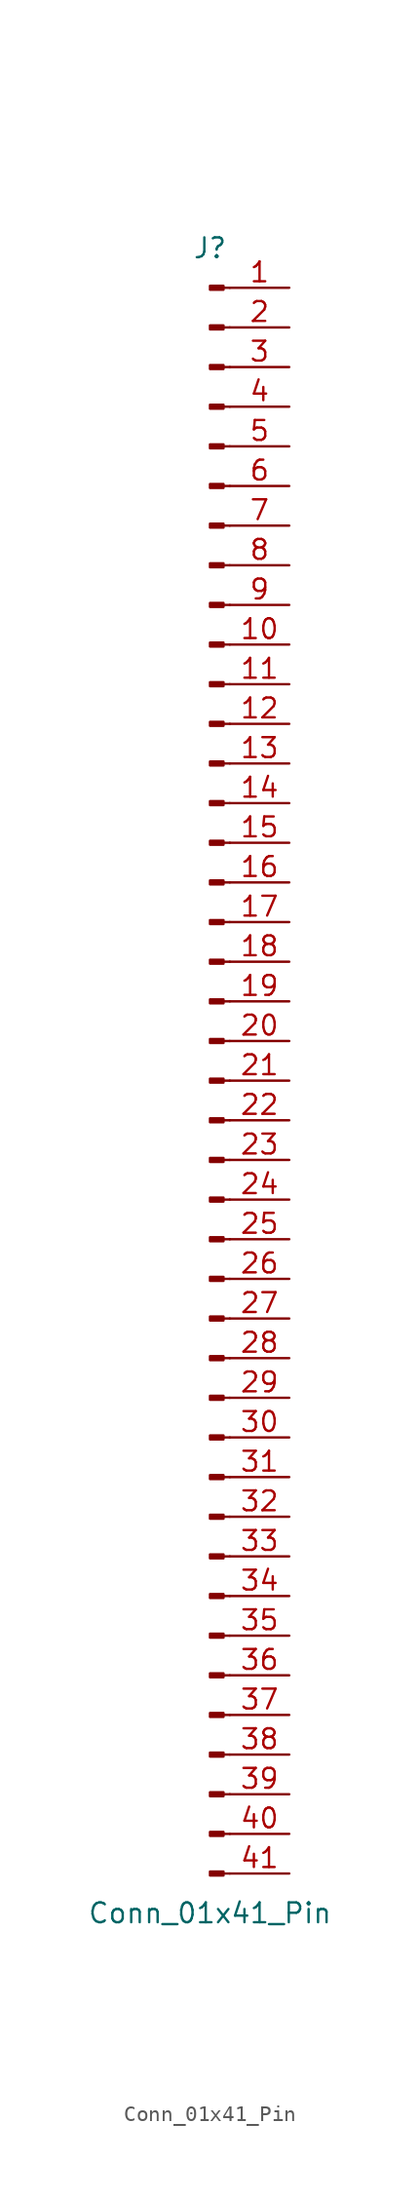
<source format=kicad_sym>
(kicad_symbol_lib
  (version 20241209)
  (generator "kicad_symbol_editor")
  (generator_version "9.0")
  (symbol "Conn_01x41_Pin"
    (pin_names
      (offset 1.016)
      (hide yes))
    (property "Reference" "J"
      (at 0 53.34 0)
      (effects (font (size 1.27 1.27))))
    (property "Value" "Conn_01x41_Pin"
      (at 0 -53.34 0)
      (effects (font (size 1.27 1.27))))
    (property "ki_locked" ""
      (at 0 0 0)
      (effects (font (size 1.27 1.27))))
    (symbol "Conn_01x41_Pin_1_1"
      (rectangle (start 0.864 50.927) (end 0 50.673) (stroke (width 0.152) (type default)) (fill (type outline)))
      (rectangle (start 0.864 48.387) (end 0 48.133) (stroke (width 0.152) (type default)) (fill (type outline)))
      (rectangle (start 0.864 45.847) (end 0 45.593) (stroke (width 0.152) (type default)) (fill (type outline)))
      (rectangle (start 0.864 43.307) (end 0 43.053) (stroke (width 0.152) (type default)) (fill (type outline)))
      (rectangle (start 0.864 40.767) (end 0 40.513) (stroke (width 0.152) (type default)) (fill (type outline)))
      (rectangle (start 0.864 38.227) (end 0 37.973) (stroke (width 0.152) (type default)) (fill (type outline)))
      (rectangle (start 0.864 35.687) (end 0 35.433) (stroke (width 0.152) (type default)) (fill (type outline)))
      (rectangle (start 0.864 33.147) (end 0 32.893) (stroke (width 0.152) (type default)) (fill (type outline)))
      (rectangle (start 0.864 30.607) (end 0 30.353) (stroke (width 0.152) (type default)) (fill (type outline)))
      (rectangle (start 0.864 28.067) (end 0 27.813) (stroke (width 0.152) (type default)) (fill (type outline)))
      (rectangle (start 0.864 25.527) (end 0 25.273) (stroke (width 0.152) (type default)) (fill (type outline)))
      (rectangle (start 0.864 22.987) (end 0 22.733) (stroke (width 0.152) (type default)) (fill (type outline)))
      (rectangle (start 0.864 20.447) (end 0 20.193) (stroke (width 0.152) (type default)) (fill (type outline)))
      (rectangle (start 0.864 17.907) (end 0 17.653) (stroke (width 0.152) (type default)) (fill (type outline)))
      (rectangle (start 0.864 15.367) (end 0 15.113) (stroke (width 0.152) (type default)) (fill (type outline)))
      (rectangle (start 0.864 12.827) (end 0 12.573) (stroke (width 0.152) (type default)) (fill (type outline)))
      (rectangle (start 0.864 10.287) (end 0 10.033) (stroke (width 0.152) (type default)) (fill (type outline)))
      (rectangle (start 0.864 7.747) (end 0 7.493) (stroke (width 0.152) (type default)) (fill (type outline)))
      (rectangle (start 0.864 5.207) (end 0 4.953) (stroke (width 0.152) (type default)) (fill (type outline)))
      (rectangle (start 0.864 2.667) (end 0 2.413) (stroke (width 0.152) (type default)) (fill (type outline)))
      (rectangle (start 0.864 0.127) (end 0 -0.127) (stroke (width 0.152) (type default)) (fill (type outline)))
      (rectangle (start 0.864 -2.413) (end 0 -2.667) (stroke (width 0.152) (type default)) (fill (type outline)))
      (rectangle (start 0.864 -4.953) (end 0 -5.207) (stroke (width 0.152) (type default)) (fill (type outline)))
      (rectangle (start 0.864 -7.493) (end 0 -7.747) (stroke (width 0.152) (type default)) (fill (type outline)))
      (rectangle (start 0.864 -10.033) (end 0 -10.287) (stroke (width 0.152) (type default)) (fill (type outline)))
      (rectangle (start 0.864 -12.573) (end 0 -12.827) (stroke (width 0.152) (type default)) (fill (type outline)))
      (rectangle (start 0.864 -15.113) (end 0 -15.367) (stroke (width 0.152) (type default)) (fill (type outline)))
      (rectangle (start 0.864 -17.653) (end 0 -17.907) (stroke (width 0.152) (type default)) (fill (type outline)))
      (rectangle (start 0.864 -20.193) (end 0 -20.447) (stroke (width 0.152) (type default)) (fill (type outline)))
      (rectangle (start 0.864 -22.733) (end 0 -22.987) (stroke (width 0.152) (type default)) (fill (type outline)))
      (rectangle (start 0.864 -25.273) (end 0 -25.527) (stroke (width 0.152) (type default)) (fill (type outline)))
      (rectangle (start 0.864 -27.813) (end 0 -28.067) (stroke (width 0.152) (type default)) (fill (type outline)))
      (rectangle (start 0.864 -30.353) (end 0 -30.607) (stroke (width 0.152) (type default)) (fill (type outline)))
      (rectangle (start 0.864 -32.893) (end 0 -33.147) (stroke (width 0.152) (type default)) (fill (type outline)))
      (rectangle (start 0.864 -35.433) (end 0 -35.687) (stroke (width 0.152) (type default)) (fill (type outline)))
      (rectangle (start 0.864 -37.973) (end 0 -38.227) (stroke (width 0.152) (type default)) (fill (type outline)))
      (rectangle (start 0.864 -40.513) (end 0 -40.767) (stroke (width 0.152) (type default)) (fill (type outline)))
      (rectangle (start 0.864 -43.053) (end 0 -43.307) (stroke (width 0.152) (type default)) (fill (type outline)))
      (rectangle (start 0.864 -45.593) (end 0 -45.847) (stroke (width 0.152) (type default)) (fill (type outline)))
      (rectangle (start 0.864 -48.133) (end 0 -48.387) (stroke (width 0.152) (type default)) (fill (type outline)))
      (rectangle (start 0.864 -50.673) (end 0 -50.927) (stroke (width 0.152) (type default)) (fill (type outline)))
      (polyline (pts (xy 1.27 50.8) (xy 0.864 50.8)) (stroke (width 0.152) (type default)) (fill (type none)))
      (polyline (pts (xy 1.27 48.26) (xy 0.864 48.26)) (stroke (width 0.152) (type default)) (fill (type none)))
      (polyline (pts (xy 1.27 45.72) (xy 0.864 45.72)) (stroke (width 0.152) (type default)) (fill (type none)))
      (polyline (pts (xy 1.27 43.18) (xy 0.864 43.18)) (stroke (width 0.152) (type default)) (fill (type none)))
      (polyline (pts (xy 1.27 40.64) (xy 0.864 40.64)) (stroke (width 0.152) (type default)) (fill (type none)))
      (polyline (pts (xy 1.27 38.1) (xy 0.864 38.1)) (stroke (width 0.152) (type default)) (fill (type none)))
      (polyline (pts (xy 1.27 35.56) (xy 0.864 35.56)) (stroke (width 0.152) (type default)) (fill (type none)))
      (polyline (pts (xy 1.27 33.02) (xy 0.864 33.02)) (stroke (width 0.152) (type default)) (fill (type none)))
      (polyline (pts (xy 1.27 30.48) (xy 0.864 30.48)) (stroke (width 0.152) (type default)) (fill (type none)))
      (polyline (pts (xy 1.27 27.94) (xy 0.864 27.94)) (stroke (width 0.152) (type default)) (fill (type none)))
      (polyline (pts (xy 1.27 25.4) (xy 0.864 25.4)) (stroke (width 0.152) (type default)) (fill (type none)))
      (polyline (pts (xy 1.27 22.86) (xy 0.864 22.86)) (stroke (width 0.152) (type default)) (fill (type none)))
      (polyline (pts (xy 1.27 20.32) (xy 0.864 20.32)) (stroke (width 0.152) (type default)) (fill (type none)))
      (polyline (pts (xy 1.27 17.78) (xy 0.864 17.78)) (stroke (width 0.152) (type default)) (fill (type none)))
      (polyline (pts (xy 1.27 15.24) (xy 0.864 15.24)) (stroke (width 0.152) (type default)) (fill (type none)))
      (polyline (pts (xy 1.27 12.7) (xy 0.864 12.7)) (stroke (width 0.152) (type default)) (fill (type none)))
      (polyline (pts (xy 1.27 10.16) (xy 0.864 10.16)) (stroke (width 0.152) (type default)) (fill (type none)))
      (polyline (pts (xy 1.27 7.62) (xy 0.864 7.62)) (stroke (width 0.152) (type default)) (fill (type none)))
      (polyline (pts (xy 1.27 5.08) (xy 0.864 5.08)) (stroke (width 0.152) (type default)) (fill (type none)))
      (polyline (pts (xy 1.27 2.54) (xy 0.864 2.54)) (stroke (width 0.152) (type default)) (fill (type none)))
      (polyline (pts (xy 1.27 0) (xy 0.864 0)) (stroke (width 0.152) (type default)) (fill (type none)))
      (polyline (pts (xy 1.27 -2.54) (xy 0.864 -2.54)) (stroke (width 0.152) (type default)) (fill (type none)))
      (polyline (pts (xy 1.27 -5.08) (xy 0.864 -5.08)) (stroke (width 0.152) (type default)) (fill (type none)))
      (polyline (pts (xy 1.27 -7.62) (xy 0.864 -7.62)) (stroke (width 0.152) (type default)) (fill (type none)))
      (polyline (pts (xy 1.27 -10.16) (xy 0.864 -10.16)) (stroke (width 0.152) (type default)) (fill (type none)))
      (polyline (pts (xy 1.27 -12.7) (xy 0.864 -12.7)) (stroke (width 0.152) (type default)) (fill (type none)))
      (polyline (pts (xy 1.27 -15.24) (xy 0.864 -15.24)) (stroke (width 0.152) (type default)) (fill (type none)))
      (polyline (pts (xy 1.27 -17.78) (xy 0.864 -17.78)) (stroke (width 0.152) (type default)) (fill (type none)))
      (polyline (pts (xy 1.27 -20.32) (xy 0.864 -20.32)) (stroke (width 0.152) (type default)) (fill (type none)))
      (polyline (pts (xy 1.27 -22.86) (xy 0.864 -22.86)) (stroke (width 0.152) (type default)) (fill (type none)))
      (polyline (pts (xy 1.27 -25.4) (xy 0.864 -25.4)) (stroke (width 0.152) (type default)) (fill (type none)))
      (polyline (pts (xy 1.27 -27.94) (xy 0.864 -27.94)) (stroke (width 0.152) (type default)) (fill (type none)))
      (polyline (pts (xy 1.27 -30.48) (xy 0.864 -30.48)) (stroke (width 0.152) (type default)) (fill (type none)))
      (polyline (pts (xy 1.27 -33.02) (xy 0.864 -33.02)) (stroke (width 0.152) (type default)) (fill (type none)))
      (polyline (pts (xy 1.27 -35.56) (xy 0.864 -35.56)) (stroke (width 0.152) (type default)) (fill (type none)))
      (polyline (pts (xy 1.27 -38.1) (xy 0.864 -38.1)) (stroke (width 0.152) (type default)) (fill (type none)))
      (polyline (pts (xy 1.27 -40.64) (xy 0.864 -40.64)) (stroke (width 0.152) (type default)) (fill (type none)))
      (polyline (pts (xy 1.27 -43.18) (xy 0.864 -43.18)) (stroke (width 0.152) (type default)) (fill (type none)))
      (polyline (pts (xy 1.27 -45.72) (xy 0.864 -45.72)) (stroke (width 0.152) (type default)) (fill (type none)))
      (polyline (pts (xy 1.27 -48.26) (xy 0.864 -48.26)) (stroke (width 0.152) (type default)) (fill (type none)))
      (polyline (pts (xy 1.27 -50.8) (xy 0.864 -50.8)) (stroke (width 0.152) (type default)) (fill (type none)))
      (pin passive line (at 5.08 50.8 180) (length 3.81) (name "Pin_1" (effects (font (size 1.27 1.27)))) (number "1" (effects (font (size 1.27 1.27)))))
      (pin passive line (at 5.08 48.26 180) (length 3.81) (name "Pin_2" (effects (font (size 1.27 1.27)))) (number "2" (effects (font (size 1.27 1.27)))))
      (pin passive line (at 5.08 45.72 180) (length 3.81) (name "Pin_3" (effects (font (size 1.27 1.27)))) (number "3" (effects (font (size 1.27 1.27)))))
      (pin passive line (at 5.08 43.18 180) (length 3.81) (name "Pin_4" (effects (font (size 1.27 1.27)))) (number "4" (effects (font (size 1.27 1.27)))))
      (pin passive line (at 5.08 40.64 180) (length 3.81) (name "Pin_5" (effects (font (size 1.27 1.27)))) (number "5" (effects (font (size 1.27 1.27)))))
      (pin passive line (at 5.08 38.1 180) (length 3.81) (name "Pin_6" (effects (font (size 1.27 1.27)))) (number "6" (effects (font (size 1.27 1.27)))))
      (pin passive line (at 5.08 35.56 180) (length 3.81) (name "Pin_7" (effects (font (size 1.27 1.27)))) (number "7" (effects (font (size 1.27 1.27)))))
      (pin passive line (at 5.08 33.02 180) (length 3.81) (name "Pin_8" (effects (font (size 1.27 1.27)))) (number "8" (effects (font (size 1.27 1.27)))))
      (pin passive line (at 5.08 30.48 180) (length 3.81) (name "Pin_9" (effects (font (size 1.27 1.27)))) (number "9" (effects (font (size 1.27 1.27)))))
      (pin passive line (at 5.08 27.94 180) (length 3.81) (name "Pin_10" (effects (font (size 1.27 1.27)))) (number "10" (effects (font (size 1.27 1.27)))))
      (pin passive line (at 5.08 25.4 180) (length 3.81) (name "Pin_11" (effects (font (size 1.27 1.27)))) (number "11" (effects (font (size 1.27 1.27)))))
      (pin passive line (at 5.08 22.86 180) (length 3.81) (name "Pin_12" (effects (font (size 1.27 1.27)))) (number "12" (effects (font (size 1.27 1.27)))))
      (pin passive line (at 5.08 20.32 180) (length 3.81) (name "Pin_13" (effects (font (size 1.27 1.27)))) (number "13" (effects (font (size 1.27 1.27)))))
      (pin passive line (at 5.08 17.78 180) (length 3.81) (name "Pin_14" (effects (font (size 1.27 1.27)))) (number "14" (effects (font (size 1.27 1.27)))))
      (pin passive line (at 5.08 15.24 180) (length 3.81) (name "Pin_15" (effects (font (size 1.27 1.27)))) (number "15" (effects (font (size 1.27 1.27)))))
      (pin passive line (at 5.08 12.7 180) (length 3.81) (name "Pin_16" (effects (font (size 1.27 1.27)))) (number "16" (effects (font (size 1.27 1.27)))))
      (pin passive line (at 5.08 10.16 180) (length 3.81) (name "Pin_17" (effects (font (size 1.27 1.27)))) (number "17" (effects (font (size 1.27 1.27)))))
      (pin passive line (at 5.08 7.62 180) (length 3.81) (name "Pin_18" (effects (font (size 1.27 1.27)))) (number "18" (effects (font (size 1.27 1.27)))))
      (pin passive line (at 5.08 5.08 180) (length 3.81) (name "Pin_19" (effects (font (size 1.27 1.27)))) (number "19" (effects (font (size 1.27 1.27)))))
      (pin passive line (at 5.08 2.54 180) (length 3.81) (name "Pin_20" (effects (font (size 1.27 1.27)))) (number "20" (effects (font (size 1.27 1.27)))))
      (pin passive line (at 5.08 0 180) (length 3.81) (name "Pin_21" (effects (font (size 1.27 1.27)))) (number "21" (effects (font (size 1.27 1.27)))))
      (pin passive line (at 5.08 -2.54 180) (length 3.81) (name "Pin_22" (effects (font (size 1.27 1.27)))) (number "22" (effects (font (size 1.27 1.27)))))
      (pin passive line (at 5.08 -5.08 180) (length 3.81) (name "Pin_23" (effects (font (size 1.27 1.27)))) (number "23" (effects (font (size 1.27 1.27)))))
      (pin passive line (at 5.08 -7.62 180) (length 3.81) (name "Pin_24" (effects (font (size 1.27 1.27)))) (number "24" (effects (font (size 1.27 1.27)))))
      (pin passive line (at 5.08 -10.16 180) (length 3.81) (name "Pin_25" (effects (font (size 1.27 1.27)))) (number "25" (effects (font (size 1.27 1.27)))))
      (pin passive line (at 5.08 -12.7 180) (length 3.81) (name "Pin_26" (effects (font (size 1.27 1.27)))) (number "26" (effects (font (size 1.27 1.27)))))
      (pin passive line (at 5.08 -15.24 180) (length 3.81) (name "Pin_27" (effects (font (size 1.27 1.27)))) (number "27" (effects (font (size 1.27 1.27)))))
      (pin passive line (at 5.08 -17.78 180) (length 3.81) (name "Pin_28" (effects (font (size 1.27 1.27)))) (number "28" (effects (font (size 1.27 1.27)))))
      (pin passive line (at 5.08 -20.32 180) (length 3.81) (name "Pin_29" (effects (font (size 1.27 1.27)))) (number "29" (effects (font (size 1.27 1.27)))))
      (pin passive line (at 5.08 -22.86 180) (length 3.81) (name "Pin_30" (effects (font (size 1.27 1.27)))) (number "30" (effects (font (size 1.27 1.27)))))
      (pin passive line (at 5.08 -25.4 180) (length 3.81) (name "Pin_31" (effects (font (size 1.27 1.27)))) (number "31" (effects (font (size 1.27 1.27)))))
      (pin passive line (at 5.08 -27.94 180) (length 3.81) (name "Pin_32" (effects (font (size 1.27 1.27)))) (number "32" (effects (font (size 1.27 1.27)))))
      (pin passive line (at 5.08 -30.48 180) (length 3.81) (name "Pin_33" (effects (font (size 1.27 1.27)))) (number "33" (effects (font (size 1.27 1.27)))))
      (pin passive line (at 5.08 -33.02 180) (length 3.81) (name "Pin_34" (effects (font (size 1.27 1.27)))) (number "34" (effects (font (size 1.27 1.27)))))
      (pin passive line (at 5.08 -35.56 180) (length 3.81) (name "Pin_35" (effects (font (size 1.27 1.27)))) (number "35" (effects (font (size 1.27 1.27)))))
      (pin passive line (at 5.08 -38.1 180) (length 3.81) (name "Pin_36" (effects (font (size 1.27 1.27)))) (number "36" (effects (font (size 1.27 1.27)))))
      (pin passive line (at 5.08 -40.64 180) (length 3.81) (name "Pin_37" (effects (font (size 1.27 1.27)))) (number "37" (effects (font (size 1.27 1.27)))))
      (pin passive line (at 5.08 -43.18 180) (length 3.81) (name "Pin_38" (effects (font (size 1.27 1.27)))) (number "38" (effects (font (size 1.27 1.27)))))
      (pin passive line (at 5.08 -45.72 180) (length 3.81) (name "Pin_39" (effects (font (size 1.27 1.27)))) (number "39" (effects (font (size 1.27 1.27)))))
      (pin passive line (at 5.08 -48.26 180) (length 3.81) (name "Pin_40" (effects (font (size 1.27 1.27)))) (number "40" (effects (font (size 1.27 1.27)))))
      (pin passive line (at 5.08 -50.8 180) (length 3.81) (name "Pin_41" (effects (font (size 1.27 1.27)))) (number "41" (effects (font (size 1.27 1.27))))))))
</source>
